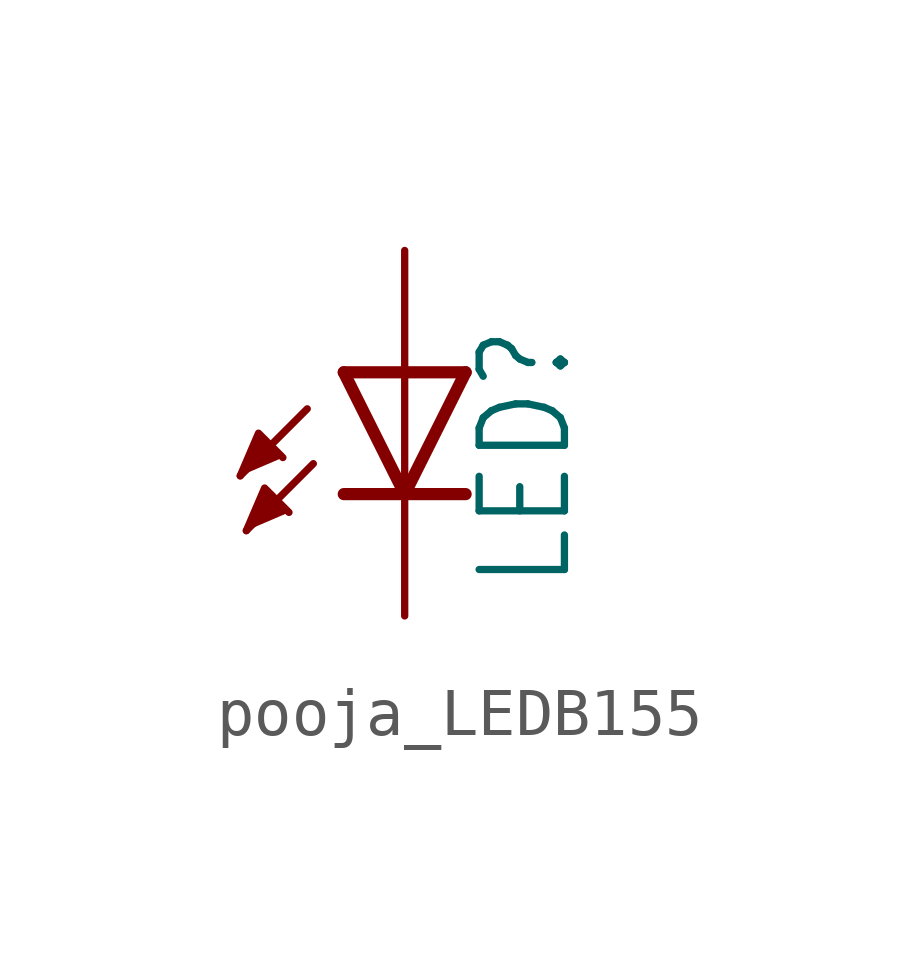
<source format=kicad_sym>
(kicad_symbol_lib
  (version 20220914)
  (generator kicad_symbol_editor)
  (symbol "pooja_LEDB155"
    (property "Reference" "LED"
      (at 3.556 -4.572 90)
      (effects (font (size 1.778 1.511)) (justify left bottom)))
    (property "Value" ""
      (at 5.715 -4.572 90)
      (effects (font (size 1.778 1.511)) (justify left bottom)))
    (property "ki_locked" ""
      (at 0 0 0)
      (effects (font (size 1.27 1.27))))
    (symbol "pooja_LEDB155_1_0"
      (polyline (pts (xy -2.032 -0.762) (xy -3.429 -2.159)) (stroke (width 0.152) (type solid)) (fill (type none)))
      (polyline (pts (xy -1.905 -1.905) (xy -3.302 -3.302)) (stroke (width 0.152) (type solid)) (fill (type none)))
      (polyline (pts (xy 0 -2.54) (xy -1.27 -2.54)) (stroke (width 0.254) (type solid)) (fill (type none)))
      (polyline (pts (xy 0 -2.54) (xy -1.27 0)) (stroke (width 0.254) (type solid)) (fill (type none)))
      (polyline (pts (xy 0 0) (xy -1.27 0)) (stroke (width 0.254) (type solid)) (fill (type none)))
      (polyline (pts (xy 0 0) (xy 0 -2.54)) (stroke (width 0.152) (type solid)) (fill (type none)))
      (polyline (pts (xy 1.27 -2.54) (xy 0 -2.54)) (stroke (width 0.254) (type solid)) (fill (type none)))
      (polyline (pts (xy 1.27 0) (xy 0 -2.54)) (stroke (width 0.254) (type solid)) (fill (type none)))
      (polyline (pts (xy 1.27 0) (xy 0 0)) (stroke (width 0.254) (type solid)) (fill (type none)))
      (polyline (pts (xy -3.429 -2.159) (xy -3.048 -1.27) (xy -2.54 -1.778)) (stroke (width 0.152) (type solid)) (fill (type outline)))
      (polyline (pts (xy -3.302 -3.302) (xy -2.921 -2.413) (xy -2.413 -2.921)) (stroke (width 0.152) (type solid)) (fill (type outline)))
      (pin passive line (at 0 2.54 270) (length 2.54) (name "A" (effects (font (size 0 0)))) (number "A" (effects (font (size 0 0)))))
      (pin passive line (at 0 -5.08 90) (length 2.54) (name "C" (effects (font (size 0 0)))) (number "K" (effects (font (size 0 0))))))))
</source>
